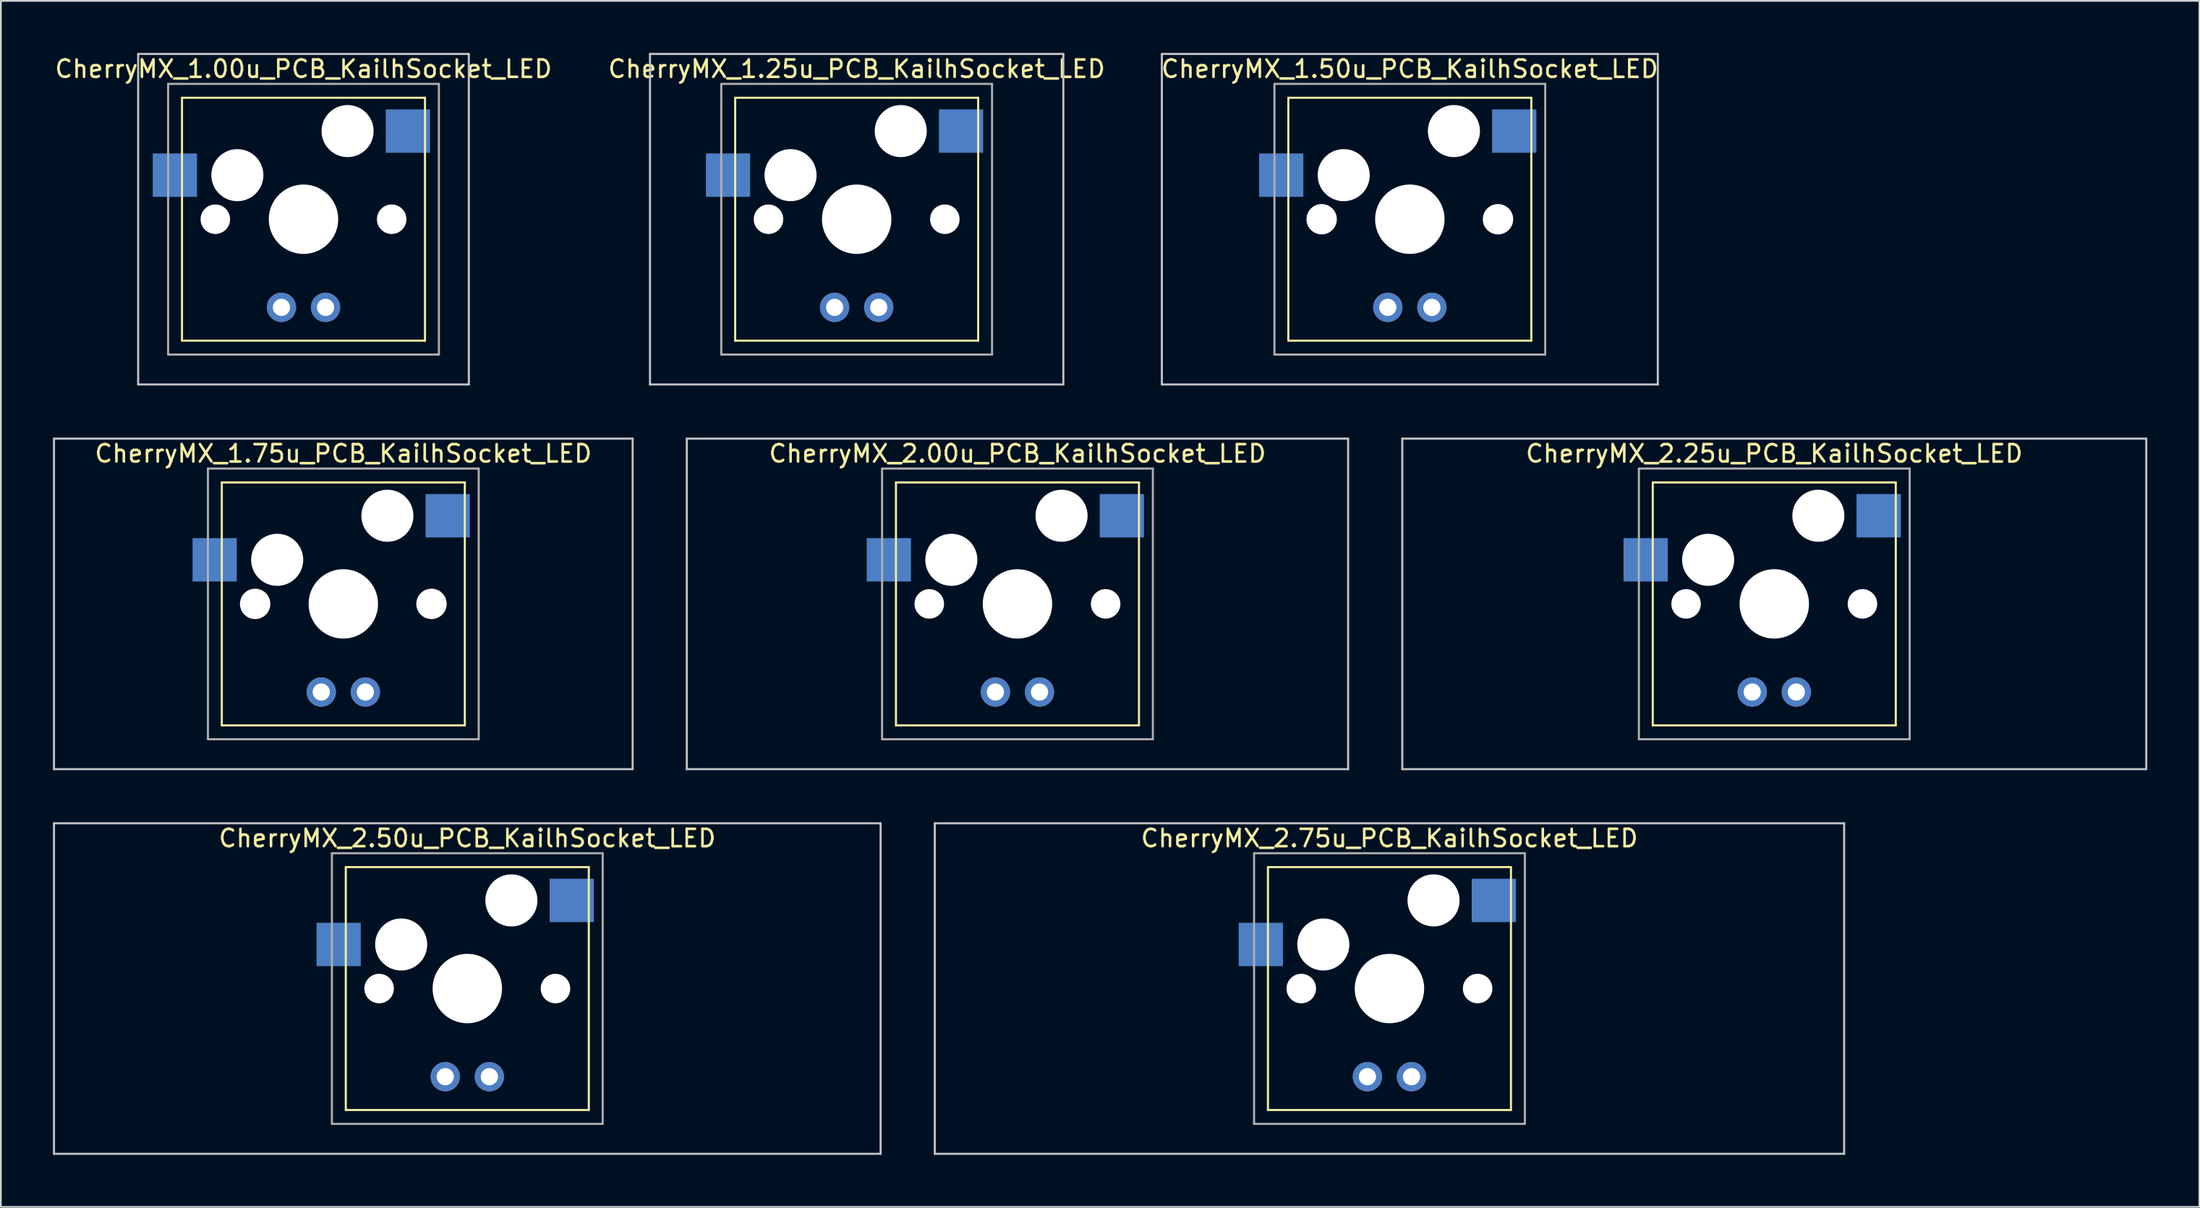
<source format=kicad_pcb>
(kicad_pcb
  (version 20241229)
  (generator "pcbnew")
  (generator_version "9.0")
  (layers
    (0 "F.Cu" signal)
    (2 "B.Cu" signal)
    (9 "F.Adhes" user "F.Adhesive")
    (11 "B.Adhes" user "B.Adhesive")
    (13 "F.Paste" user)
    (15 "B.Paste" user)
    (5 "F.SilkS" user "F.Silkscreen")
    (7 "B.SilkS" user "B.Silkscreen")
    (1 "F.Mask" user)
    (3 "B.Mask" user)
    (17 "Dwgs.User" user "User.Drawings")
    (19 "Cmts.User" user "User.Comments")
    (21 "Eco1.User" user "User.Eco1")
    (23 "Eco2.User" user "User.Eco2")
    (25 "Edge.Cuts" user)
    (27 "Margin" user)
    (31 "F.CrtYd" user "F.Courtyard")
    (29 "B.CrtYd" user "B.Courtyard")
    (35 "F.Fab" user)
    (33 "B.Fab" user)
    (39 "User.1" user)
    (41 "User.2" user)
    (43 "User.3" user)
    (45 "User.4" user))
  (footprint "CherryMX_2.25u_PCB_KailhSocket_LED"
    (layer "F.Cu")
    (at 99.169 31.755)
    (property "Reference" "CherryMX_2.25u_PCB_KailhSocket_LED" (at 0 -8.662 0) (layer "F.SilkS") (effects (font (size 1 1) (thickness 0.15))))
    (attr through_hole)
    (fp_line (start -7 -7) (end -7 7) (stroke (width 0.12) (type solid)) (layer "F.SilkS"))
    (fp_line (start -7 -7) (end 7 -7) (stroke (width 0.12) (type solid)) (layer "F.SilkS"))
    (fp_line (start 7 -7) (end 7 7) (stroke (width 0.12) (type solid)) (layer "F.SilkS"))
    (fp_line (start 7 7) (end -7 7) (stroke (width 0.12) (type solid)) (layer "F.SilkS"))
    (fp_line (start -21.431 -9.525) (end 21.431 -9.525) (stroke (width 0.12) (type solid)) (layer "Dwgs.User"))
    (fp_line (start -21.431 9.525) (end -21.431 -9.525) (stroke (width 0.12) (type solid)) (layer "Dwgs.User"))
    (fp_line (start 21.431 -9.525) (end 21.431 9.525) (stroke (width 0.12) (type solid)) (layer "Dwgs.User"))
    (fp_line (start 21.431 9.525) (end -21.431 9.525) (stroke (width 0.12) (type solid)) (layer "Dwgs.User"))
    (fp_line (start -7.8 -7.8) (end -7.8 7.8) (stroke (width 0.12) (type solid)) (layer "F.Fab"))
    (fp_line (start -7.8 -7.8) (end 7.8 -7.8) (stroke (width 0.12) (type solid)) (layer "F.Fab"))
    (fp_line (start -7.8 7.8) (end 7.8 7.8) (stroke (width 0.12) (type solid)) (layer "F.Fab"))
    (fp_line (start 7.8 -7.8) (end 7.8 7.8) (stroke (width 0.12) (type solid)) (layer "F.Fab"))
    (pad "" np_thru_hole circle (at -5.08 0) (size 1.7 1.7) (drill 1.7) (layers "*.Cu" "*.Mask"))
    (pad "" np_thru_hole circle (at -3.81 -2.54) (size 3 3) (drill 3) (layers "*.Cu" "*.Mask"))
    (pad "" np_thru_hole circle (at 0 0) (size 4 4) (drill 4) (layers "*.Cu" "*.Mask"))
    (pad "" np_thru_hole circle (at 2.54 -5.08) (size 3 3) (drill 3) (layers "*.Cu" "*.Mask"))
    (pad "" np_thru_hole circle (at 5.08 0) (size 1.7 1.7) (drill 1.7) (layers "*.Cu" "*.Mask"))
    (pad "1" smd rect (at -7.41 -2.54) (size 2.55 2.5) (layers "B.Cu" "B.Mask" "B.Paste"))
    (pad "2" smd rect (at 6.015 -5.08) (size 2.55 2.5) (layers "B.Cu" "B.Mask" "B.Paste"))
    (pad "3" thru_hole circle (at -1.27 5.08) (size 1.691 1.691) (drill 0.991) (layers "*.Cu" "*.Mask"))
    (pad "4" thru_hole circle (at 1.27 5.08) (size 1.691 1.691) (drill 0.991) (layers "*.Cu" "*.Mask")))
  (footprint "CherryMX_1.50u_PCB_KailhSocket_LED"
    (layer "F.Cu")
    (at 78.173 9.585)
    (property "Reference" "CherryMX_1.50u_PCB_KailhSocket_LED" (at 0 -8.662 0) (layer "F.SilkS") (effects (font (size 1 1) (thickness 0.15))))
    (attr through_hole)
    (fp_line (start -7 -7) (end -7 7) (stroke (width 0.12) (type solid)) (layer "F.SilkS"))
    (fp_line (start -7 -7) (end 7 -7) (stroke (width 0.12) (type solid)) (layer "F.SilkS"))
    (fp_line (start 7 -7) (end 7 7) (stroke (width 0.12) (type solid)) (layer "F.SilkS"))
    (fp_line (start 7 7) (end -7 7) (stroke (width 0.12) (type solid)) (layer "F.SilkS"))
    (fp_line (start -14.287 -9.525) (end 14.287 -9.525) (stroke (width 0.12) (type solid)) (layer "Dwgs.User"))
    (fp_line (start -14.287 9.525) (end -14.287 -9.525) (stroke (width 0.12) (type solid)) (layer "Dwgs.User"))
    (fp_line (start 14.287 -9.525) (end 14.287 9.525) (stroke (width 0.12) (type solid)) (layer "Dwgs.User"))
    (fp_line (start 14.287 9.525) (end -14.287 9.525) (stroke (width 0.12) (type solid)) (layer "Dwgs.User"))
    (fp_line (start -7.8 -7.8) (end -7.8 7.8) (stroke (width 0.12) (type solid)) (layer "F.Fab"))
    (fp_line (start -7.8 -7.8) (end 7.8 -7.8) (stroke (width 0.12) (type solid)) (layer "F.Fab"))
    (fp_line (start -7.8 7.8) (end 7.8 7.8) (stroke (width 0.12) (type solid)) (layer "F.Fab"))
    (fp_line (start 7.8 -7.8) (end 7.8 7.8) (stroke (width 0.12) (type solid)) (layer "F.Fab"))
    (pad "" np_thru_hole circle (at -5.08 0) (size 1.75 1.75) (drill 1.75) (layers "*.Cu" "*.Mask"))
    (pad "" np_thru_hole circle (at -3.81 -2.54) (size 3 3) (drill 3) (layers "*.Cu" "*.Mask"))
    (pad "" np_thru_hole circle (at 0 0) (size 4 4) (drill 4) (layers "*.Cu" "*.Mask"))
    (pad "" np_thru_hole circle (at 2.54 -5.08) (size 3 3) (drill 3) (layers "*.Cu" "*.Mask"))
    (pad "" np_thru_hole circle (at 5.08 0) (size 1.75 1.75) (drill 1.75) (layers "*.Cu" "*.Mask"))
    (pad "1" smd rect (at -7.41 -2.54) (size 2.55 2.5) (layers "B.Cu" "B.Mask" "B.Paste"))
    (pad "2" smd rect (at 6.015 -5.08) (size 2.55 2.5) (layers "B.Cu" "B.Mask" "B.Paste"))
    (pad "3" thru_hole circle (at -1.27 5.08) (size 1.691 1.691) (drill 0.991) (layers "*.Cu" "*.Mask"))
    (pad "4" thru_hole circle (at 1.27 5.08) (size 1.691 1.691) (drill 0.991) (layers "*.Cu" "*.Mask")))
  (footprint "CherryMX_2.50u_PCB_KailhSocket_LED"
    (layer "F.Cu")
    (at 23.872 53.925)
    (property "Reference" "CherryMX_2.50u_PCB_KailhSocket_LED" (at 0 -8.662 0) (layer "F.SilkS") (effects (font (size 1 1) (thickness 0.15))))
    (attr through_hole)
    (fp_line (start -7 -7) (end -7 7) (stroke (width 0.12) (type solid)) (layer "F.SilkS"))
    (fp_line (start -7 -7) (end 7 -7) (stroke (width 0.12) (type solid)) (layer "F.SilkS"))
    (fp_line (start 7 -7) (end 7 7) (stroke (width 0.12) (type solid)) (layer "F.SilkS"))
    (fp_line (start 7 7) (end -7 7) (stroke (width 0.12) (type solid)) (layer "F.SilkS"))
    (fp_line (start -23.812 -9.525) (end 23.812 -9.525) (stroke (width 0.12) (type solid)) (layer "Dwgs.User"))
    (fp_line (start -23.812 9.525) (end -23.812 -9.525) (stroke (width 0.12) (type solid)) (layer "Dwgs.User"))
    (fp_line (start 23.812 -9.525) (end 23.812 9.525) (stroke (width 0.12) (type solid)) (layer "Dwgs.User"))
    (fp_line (start 23.812 9.525) (end -23.812 9.525) (stroke (width 0.12) (type solid)) (layer "Dwgs.User"))
    (fp_line (start -7.8 -7.8) (end -7.8 7.8) (stroke (width 0.12) (type solid)) (layer "F.Fab"))
    (fp_line (start -7.8 -7.8) (end 7.8 -7.8) (stroke (width 0.12) (type solid)) (layer "F.Fab"))
    (fp_line (start -7.8 7.8) (end 7.8 7.8) (stroke (width 0.12) (type solid)) (layer "F.Fab"))
    (fp_line (start 7.8 -7.8) (end 7.8 7.8) (stroke (width 0.12) (type solid)) (layer "F.Fab"))
    (pad "" np_thru_hole circle (at -5.08 0) (size 1.7 1.7) (drill 1.7) (layers "*.Cu" "*.Mask"))
    (pad "" np_thru_hole circle (at -3.81 -2.54) (size 3 3) (drill 3) (layers "*.Cu" "*.Mask"))
    (pad "" np_thru_hole circle (at 0 0) (size 4 4) (drill 4) (layers "*.Cu" "*.Mask"))
    (pad "" np_thru_hole circle (at 2.54 -5.08) (size 3 3) (drill 3) (layers "*.Cu" "*.Mask"))
    (pad "" np_thru_hole circle (at 5.08 0) (size 1.7 1.7) (drill 1.7) (layers "*.Cu" "*.Mask"))
    (pad "1" smd rect (at -7.41 -2.54) (size 2.55 2.5) (layers "B.Cu" "B.Mask" "B.Paste"))
    (pad "2" smd rect (at 6.015 -5.08) (size 2.55 2.5) (layers "B.Cu" "B.Mask" "B.Paste"))
    (pad "3" thru_hole circle (at -1.27 5.08) (size 1.691 1.691) (drill 0.991) (layers "*.Cu" "*.Mask"))
    (pad "4" thru_hole circle (at 1.27 5.08) (size 1.691 1.691) (drill 0.991) (layers "*.Cu" "*.Mask")))
  (footprint "CherryMX_2.00u_PCB_KailhSocket_LED"
    (layer "F.Cu")
    (at 55.568 31.755)
    (property "Reference" "CherryMX_2.00u_PCB_KailhSocket_LED" (at 0 -8.662 0) (layer "F.SilkS") (effects (font (size 1 1) (thickness 0.15))))
    (attr through_hole)
    (fp_line (start -7 -7) (end -7 7) (stroke (width 0.12) (type solid)) (layer "F.SilkS"))
    (fp_line (start -7 -7) (end 7 -7) (stroke (width 0.12) (type solid)) (layer "F.SilkS"))
    (fp_line (start 7 -7) (end 7 7) (stroke (width 0.12) (type solid)) (layer "F.SilkS"))
    (fp_line (start 7 7) (end -7 7) (stroke (width 0.12) (type solid)) (layer "F.SilkS"))
    (fp_line (start -19.05 -9.525) (end 19.05 -9.525) (stroke (width 0.12) (type solid)) (layer "Dwgs.User"))
    (fp_line (start -19.05 9.525) (end -19.05 -9.525) (stroke (width 0.12) (type solid)) (layer "Dwgs.User"))
    (fp_line (start 19.05 -9.525) (end 19.05 9.525) (stroke (width 0.12) (type solid)) (layer "Dwgs.User"))
    (fp_line (start 19.05 9.525) (end -19.05 9.525) (stroke (width 0.12) (type solid)) (layer "Dwgs.User"))
    (fp_line (start -7.8 -7.8) (end -7.8 7.8) (stroke (width 0.12) (type solid)) (layer "F.Fab"))
    (fp_line (start -7.8 -7.8) (end 7.8 -7.8) (stroke (width 0.12) (type solid)) (layer "F.Fab"))
    (fp_line (start -7.8 7.8) (end 7.8 7.8) (stroke (width 0.12) (type solid)) (layer "F.Fab"))
    (fp_line (start 7.8 -7.8) (end 7.8 7.8) (stroke (width 0.12) (type solid)) (layer "F.Fab"))
    (pad "" np_thru_hole circle (at -5.08 0) (size 1.7 1.7) (drill 1.7) (layers "*.Cu" "*.Mask"))
    (pad "" np_thru_hole circle (at -3.81 -2.54) (size 3 3) (drill 3) (layers "*.Cu" "*.Mask"))
    (pad "" np_thru_hole circle (at 0 0) (size 4 4) (drill 4) (layers "*.Cu" "*.Mask"))
    (pad "" np_thru_hole circle (at 2.54 -5.08) (size 3 3) (drill 3) (layers "*.Cu" "*.Mask"))
    (pad "" np_thru_hole circle (at 5.08 0) (size 1.7 1.7) (drill 1.7) (layers "*.Cu" "*.Mask"))
    (pad "1" smd rect (at -7.41 -2.54) (size 2.55 2.5) (layers "B.Cu" "B.Mask" "B.Paste"))
    (pad "2" smd rect (at 6.015 -5.08) (size 2.55 2.5) (layers "B.Cu" "B.Mask" "B.Paste"))
    (pad "3" thru_hole circle (at -1.27 5.08) (size 1.691 1.691) (drill 0.991) (layers "*.Cu" "*.Mask"))
    (pad "4" thru_hole circle (at 1.27 5.08) (size 1.691 1.691) (drill 0.991) (layers "*.Cu" "*.Mask")))
  (footprint "CherryMX_1.00u_PCB_KailhSocket_LED"
    (layer "F.Cu")
    (at 14.435 9.585)
    (property "Reference" "CherryMX_1.00u_PCB_KailhSocket_LED" (at 0 -8.662 0) (layer "F.SilkS") (effects (font (size 1 1) (thickness 0.15))))
    (attr through_hole)
    (fp_line (start -7 -7) (end -7 7) (stroke (width 0.12) (type solid)) (layer "F.SilkS"))
    (fp_line (start -7 -7) (end 7 -7) (stroke (width 0.12) (type solid)) (layer "F.SilkS"))
    (fp_line (start 7 -7) (end 7 7) (stroke (width 0.12) (type solid)) (layer "F.SilkS"))
    (fp_line (start 7 7) (end -7 7) (stroke (width 0.12) (type solid)) (layer "F.SilkS"))
    (fp_line (start -9.525 -9.525) (end 9.525 -9.525) (stroke (width 0.12) (type solid)) (layer "Dwgs.User"))
    (fp_line (start -9.525 9.525) (end -9.525 -9.525) (stroke (width 0.12) (type solid)) (layer "Dwgs.User"))
    (fp_line (start 9.525 -9.525) (end 9.525 9.525) (stroke (width 0.12) (type solid)) (layer "Dwgs.User"))
    (fp_line (start 9.525 9.525) (end -9.525 9.525) (stroke (width 0.12) (type solid)) (layer "Dwgs.User"))
    (fp_line (start -7.8 -7.8) (end -7.8 7.8) (stroke (width 0.12) (type solid)) (layer "F.Fab"))
    (fp_line (start -7.8 -7.8) (end 7.8 -7.8) (stroke (width 0.12) (type solid)) (layer "F.Fab"))
    (fp_line (start -7.8 7.8) (end 7.8 7.8) (stroke (width 0.12) (type solid)) (layer "F.Fab"))
    (fp_line (start 7.8 -7.8) (end 7.8 7.8) (stroke (width 0.12) (type solid)) (layer "F.Fab"))
    (pad "" np_thru_hole circle (at -5.08 0) (size 1.7 1.7) (drill 1.7) (layers "*.Cu" "*.Mask"))
    (pad "" np_thru_hole circle (at -3.81 -2.54) (size 3 3) (drill 3) (layers "*.Cu" "*.Mask"))
    (pad "" np_thru_hole circle (at 0 0) (size 4 4) (drill 4) (layers "*.Cu" "*.Mask"))
    (pad "" np_thru_hole circle (at 2.54 -5.08) (size 3 3) (drill 3) (layers "*.Cu" "*.Mask"))
    (pad "" np_thru_hole circle (at 5.08 0) (size 1.7 1.7) (drill 1.7) (layers "*.Cu" "*.Mask"))
    (pad "1" smd rect (at -7.41 -2.54) (size 2.55 2.5) (layers "B.Cu" "B.Mask" "B.Paste"))
    (pad "2" smd rect (at 6.015 -5.08) (size 2.55 2.5) (layers "B.Cu" "B.Mask" "B.Paste"))
    (pad "3" thru_hole circle (at -1.27 5.08) (size 1.691 1.691) (drill 0.991) (layers "*.Cu" "*.Mask"))
    (pad "4" thru_hole circle (at 1.27 5.08) (size 1.691 1.691) (drill 0.991) (layers "*.Cu" "*.Mask")))
  (footprint "CherryMX_2.75u_PCB_KailhSocket_LED"
    (layer "F.Cu")
    (at 76.999 53.925)
    (property "Reference" "CherryMX_2.75u_PCB_KailhSocket_LED" (at 0 -8.662 0) (layer "F.SilkS") (effects (font (size 1 1) (thickness 0.15))))
    (attr through_hole)
    (fp_line (start -7 -7) (end -7 7) (stroke (width 0.12) (type solid)) (layer "F.SilkS"))
    (fp_line (start -7 -7) (end 7 -7) (stroke (width 0.12) (type solid)) (layer "F.SilkS"))
    (fp_line (start 7 -7) (end 7 7) (stroke (width 0.12) (type solid)) (layer "F.SilkS"))
    (fp_line (start 7 7) (end -7 7) (stroke (width 0.12) (type solid)) (layer "F.SilkS"))
    (fp_line (start -26.194 -9.525) (end 26.194 -9.525) (stroke (width 0.12) (type solid)) (layer "Dwgs.User"))
    (fp_line (start -26.194 9.525) (end -26.194 -9.525) (stroke (width 0.12) (type solid)) (layer "Dwgs.User"))
    (fp_line (start 26.194 -9.525) (end 26.194 9.525) (stroke (width 0.12) (type solid)) (layer "Dwgs.User"))
    (fp_line (start 26.194 9.525) (end -26.194 9.525) (stroke (width 0.12) (type solid)) (layer "Dwgs.User"))
    (fp_line (start -7.8 -7.8) (end -7.8 7.8) (stroke (width 0.12) (type solid)) (layer "F.Fab"))
    (fp_line (start -7.8 -7.8) (end 7.8 -7.8) (stroke (width 0.12) (type solid)) (layer "F.Fab"))
    (fp_line (start -7.8 7.8) (end 7.8 7.8) (stroke (width 0.12) (type solid)) (layer "F.Fab"))
    (fp_line (start 7.8 -7.8) (end 7.8 7.8) (stroke (width 0.12) (type solid)) (layer "F.Fab"))
    (pad "" np_thru_hole circle (at -5.08 0) (size 1.7 1.7) (drill 1.7) (layers "*.Cu" "*.Mask"))
    (pad "" np_thru_hole circle (at -3.81 -2.54) (size 3 3) (drill 3) (layers "*.Cu" "*.Mask"))
    (pad "" np_thru_hole circle (at 0 0) (size 4 4) (drill 4) (layers "*.Cu" "*.Mask"))
    (pad "" np_thru_hole circle (at 2.54 -5.08) (size 3 3) (drill 3) (layers "*.Cu" "*.Mask"))
    (pad "" np_thru_hole circle (at 5.08 0) (size 1.7 1.7) (drill 1.7) (layers "*.Cu" "*.Mask"))
    (pad "1" smd rect (at -7.41 -2.54) (size 2.55 2.5) (layers "B.Cu" "B.Mask" "B.Paste"))
    (pad "2" smd rect (at 6.015 -5.08) (size 2.55 2.5) (layers "B.Cu" "B.Mask" "B.Paste"))
    (pad "3" thru_hole circle (at -1.27 5.08) (size 1.691 1.691) (drill 0.991) (layers "*.Cu" "*.Mask"))
    (pad "4" thru_hole circle (at 1.27 5.08) (size 1.691 1.691) (drill 0.991) (layers "*.Cu" "*.Mask")))
  (footprint "CherryMX_1.75u_PCB_KailhSocket_LED"
    (layer "F.Cu")
    (at 16.729 31.755)
    (property "Reference" "CherryMX_1.75u_PCB_KailhSocket_LED" (at 0 -8.662 0) (layer "F.SilkS") (effects (font (size 1 1) (thickness 0.15))))
    (attr through_hole)
    (fp_line (start -7 -7) (end -7 7) (stroke (width 0.12) (type solid)) (layer "F.SilkS"))
    (fp_line (start -7 -7) (end 7 -7) (stroke (width 0.12) (type solid)) (layer "F.SilkS"))
    (fp_line (start 7 -7) (end 7 7) (stroke (width 0.12) (type solid)) (layer "F.SilkS"))
    (fp_line (start 7 7) (end -7 7) (stroke (width 0.12) (type solid)) (layer "F.SilkS"))
    (fp_line (start -16.669 -9.525) (end 16.669 -9.525) (stroke (width 0.12) (type solid)) (layer "Dwgs.User"))
    (fp_line (start -16.669 9.525) (end -16.669 -9.525) (stroke (width 0.12) (type solid)) (layer "Dwgs.User"))
    (fp_line (start 16.669 -9.525) (end 16.669 9.525) (stroke (width 0.12) (type solid)) (layer "Dwgs.User"))
    (fp_line (start 16.669 9.525) (end -16.669 9.525) (stroke (width 0.12) (type solid)) (layer "Dwgs.User"))
    (fp_line (start -7.8 -7.8) (end -7.8 7.8) (stroke (width 0.12) (type solid)) (layer "F.Fab"))
    (fp_line (start -7.8 -7.8) (end 7.8 -7.8) (stroke (width 0.12) (type solid)) (layer "F.Fab"))
    (fp_line (start -7.8 7.8) (end 7.8 7.8) (stroke (width 0.12) (type solid)) (layer "F.Fab"))
    (fp_line (start 7.8 -7.8) (end 7.8 7.8) (stroke (width 0.12) (type solid)) (layer "F.Fab"))
    (pad "" np_thru_hole circle (at -5.08 0) (size 1.75 1.75) (drill 1.75) (layers "*.Cu" "*.Mask"))
    (pad "" np_thru_hole circle (at -3.81 -2.54) (size 3 3) (drill 3) (layers "*.Cu" "*.Mask"))
    (pad "" np_thru_hole circle (at 0 0) (size 4 4) (drill 4) (layers "*.Cu" "*.Mask"))
    (pad "" np_thru_hole circle (at 2.54 -5.08) (size 3 3) (drill 3) (layers "*.Cu" "*.Mask"))
    (pad "" np_thru_hole circle (at 5.08 0) (size 1.75 1.75) (drill 1.75) (layers "*.Cu" "*.Mask"))
    (pad "1" smd rect (at -7.41 -2.54) (size 2.55 2.5) (layers "B.Cu" "B.Mask" "B.Paste"))
    (pad "2" smd rect (at 6.015 -5.08) (size 2.55 2.5) (layers "B.Cu" "B.Mask" "B.Paste"))
    (pad "3" thru_hole circle (at -1.27 5.08) (size 1.691 1.691) (drill 0.991) (layers "*.Cu" "*.Mask"))
    (pad "4" thru_hole circle (at 1.27 5.08) (size 1.691 1.691) (drill 0.991) (layers "*.Cu" "*.Mask")))
  (footprint "CherryMX_1.25u_PCB_KailhSocket_LED"
    (layer "F.Cu")
    (at 46.304 9.585)
    (property "Reference" "CherryMX_1.25u_PCB_KailhSocket_LED" (at 0 -8.662 0) (layer "F.SilkS") (effects (font (size 1 1) (thickness 0.15))))
    (attr through_hole)
    (fp_line (start -7 -7) (end -7 7) (stroke (width 0.12) (type solid)) (layer "F.SilkS"))
    (fp_line (start -7 -7) (end 7 -7) (stroke (width 0.12) (type solid)) (layer "F.SilkS"))
    (fp_line (start 7 -7) (end 7 7) (stroke (width 0.12) (type solid)) (layer "F.SilkS"))
    (fp_line (start 7 7) (end -7 7) (stroke (width 0.12) (type solid)) (layer "F.SilkS"))
    (fp_line (start -11.906 -9.525) (end 11.906 -9.525) (stroke (width 0.12) (type solid)) (layer "Dwgs.User"))
    (fp_line (start -11.906 9.525) (end -11.906 -9.525) (stroke (width 0.12) (type solid)) (layer "Dwgs.User"))
    (fp_line (start 11.906 -9.525) (end 11.906 9.525) (stroke (width 0.12) (type solid)) (layer "Dwgs.User"))
    (fp_line (start 11.906 9.525) (end -11.906 9.525) (stroke (width 0.12) (type solid)) (layer "Dwgs.User"))
    (fp_line (start -7.8 -7.8) (end -7.8 7.8) (stroke (width 0.12) (type solid)) (layer "F.Fab"))
    (fp_line (start -7.8 -7.8) (end 7.8 -7.8) (stroke (width 0.12) (type solid)) (layer "F.Fab"))
    (fp_line (start -7.8 7.8) (end 7.8 7.8) (stroke (width 0.12) (type solid)) (layer "F.Fab"))
    (fp_line (start 7.8 -7.8) (end 7.8 7.8) (stroke (width 0.12) (type solid)) (layer "F.Fab"))
    (pad "" np_thru_hole circle (at -5.08 0) (size 1.7 1.7) (drill 1.7) (layers "*.Cu" "*.Mask"))
    (pad "" np_thru_hole circle (at -3.81 -2.54) (size 3 3) (drill 3) (layers "*.Cu" "*.Mask"))
    (pad "" np_thru_hole circle (at 0 0) (size 4 4) (drill 4) (layers "*.Cu" "*.Mask"))
    (pad "" np_thru_hole circle (at 2.54 -5.08) (size 3 3) (drill 3) (layers "*.Cu" "*.Mask"))
    (pad "" np_thru_hole circle (at 5.08 0) (size 1.7 1.7) (drill 1.7) (layers "*.Cu" "*.Mask"))
    (pad "1" smd rect (at -7.41 -2.54) (size 2.55 2.5) (layers "B.Cu" "B.Mask" "B.Paste"))
    (pad "2" smd rect (at 6.015 -5.08) (size 2.55 2.5) (layers "B.Cu" "B.Mask" "B.Paste"))
    (pad "3" thru_hole circle (at -1.27 5.08) (size 1.691 1.691) (drill 0.991) (layers "*.Cu" "*.Mask"))
    (pad "4" thru_hole circle (at 1.27 5.08) (size 1.691 1.691) (drill 0.991) (layers "*.Cu" "*.Mask")))
  (gr_rect
    (start -3 -3)
    (end 123.66 66.51)
    (stroke (width 0.1) (type default))
    (fill no)
    (layer "Edge.Cuts")))
</source>
